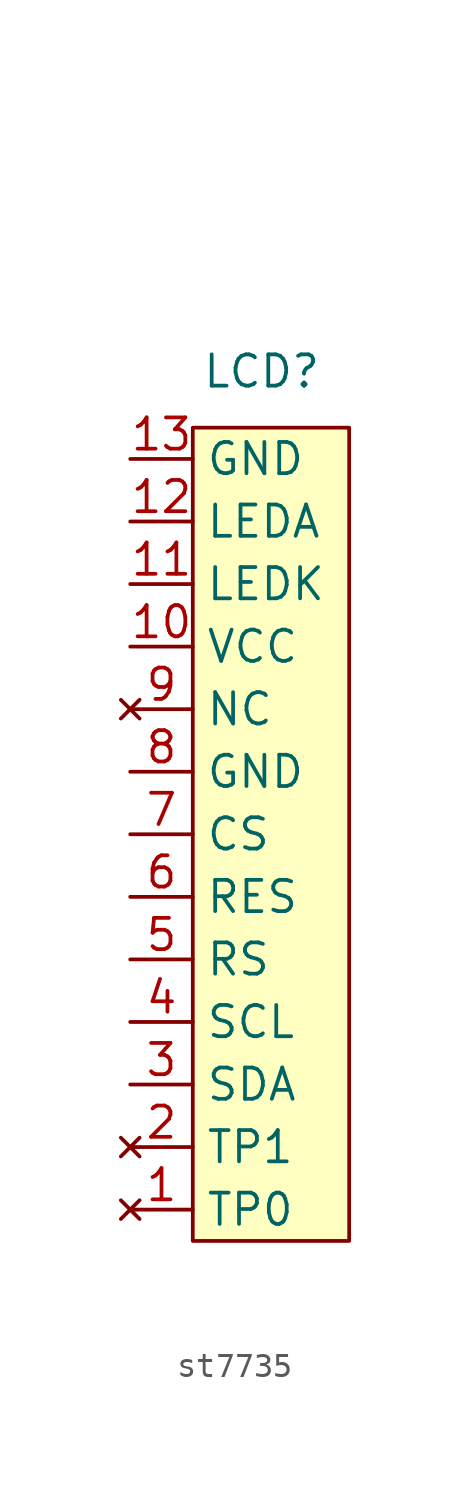
<source format=kicad_sym>
(kicad_symbol_lib
  (version 20241209)
  (generator "kicad_symbol_editor")
  (generator_version "9.0")
  (symbol "st7735"
    (property "Reference" "LCD"
      (at 5.334 -6.604 0)
      (effects (font (size 1.27 1.27))))
    (property "Value" ""
      (at 0 0 0)
      (effects (font (size 1.27 1.27))))
    (symbol "st7735_1_1"
      (rectangle (start 2.54 -8.89) (end 8.89 -41.91) (stroke (width 0) (type solid)) (fill (type background)))
      (pin power_in line (at 0 -10.16 0) (length 2.54) (name "GND" (effects (font (size 1.27 1.27)))) (number "13" (effects (font (size 1.27 1.27)))))
      (pin input line (at 0 -12.7 0) (length 2.54) (name "LEDA" (effects (font (size 1.27 1.27)))) (number "12" (effects (font (size 1.27 1.27)))))
      (pin input line (at 0 -15.24 0) (length 2.54) (name "LEDK" (effects (font (size 1.27 1.27)))) (number "11" (effects (font (size 1.27 1.27)))))
      (pin power_in line (at 0 -17.78 0) (length 2.54) (name "VCC" (effects (font (size 1.27 1.27)))) (number "10" (effects (font (size 1.27 1.27)))))
      (pin no_connect line (at 0 -20.32 0) (length 2.54) (name "NC" (effects (font (size 1.27 1.27)))) (number "9" (effects (font (size 1.27 1.27)))))
      (pin input line (at 0 -22.86 0) (length 2.54) (name "GND" (effects (font (size 1.27 1.27)))) (number "8" (effects (font (size 1.27 1.27)))))
      (pin input line (at 0 -25.4 0) (length 2.54) (name "CS" (effects (font (size 1.27 1.27)))) (number "7" (effects (font (size 1.27 1.27)))))
      (pin input line (at 0 -27.94 0) (length 2.54) (name "RES" (effects (font (size 1.27 1.27)))) (number "6" (effects (font (size 1.27 1.27)))))
      (pin input line (at 0 -30.48 0) (length 2.54) (name "RS" (effects (font (size 1.27 1.27)))) (number "5" (effects (font (size 1.27 1.27)))))
      (pin input line (at 0 -33.02 0) (length 2.54) (name "SCL" (effects (font (size 1.27 1.27)))) (number "4" (effects (font (size 1.27 1.27)))))
      (pin input line (at 0 -35.56 0) (length 2.54) (name "SDA" (effects (font (size 1.27 1.27)))) (number "3" (effects (font (size 1.27 1.27)))))
      (pin no_connect line (at 0 -38.1 0) (length 2.54) (name "TP1" (effects (font (size 1.27 1.27)))) (number "2" (effects (font (size 1.27 1.27)))))
      (pin no_connect line (at 0 -40.64 0) (length 2.54) (name "TP0" (effects (font (size 1.27 1.27)))) (number "1" (effects (font (size 1.27 1.27))))))))
</source>
